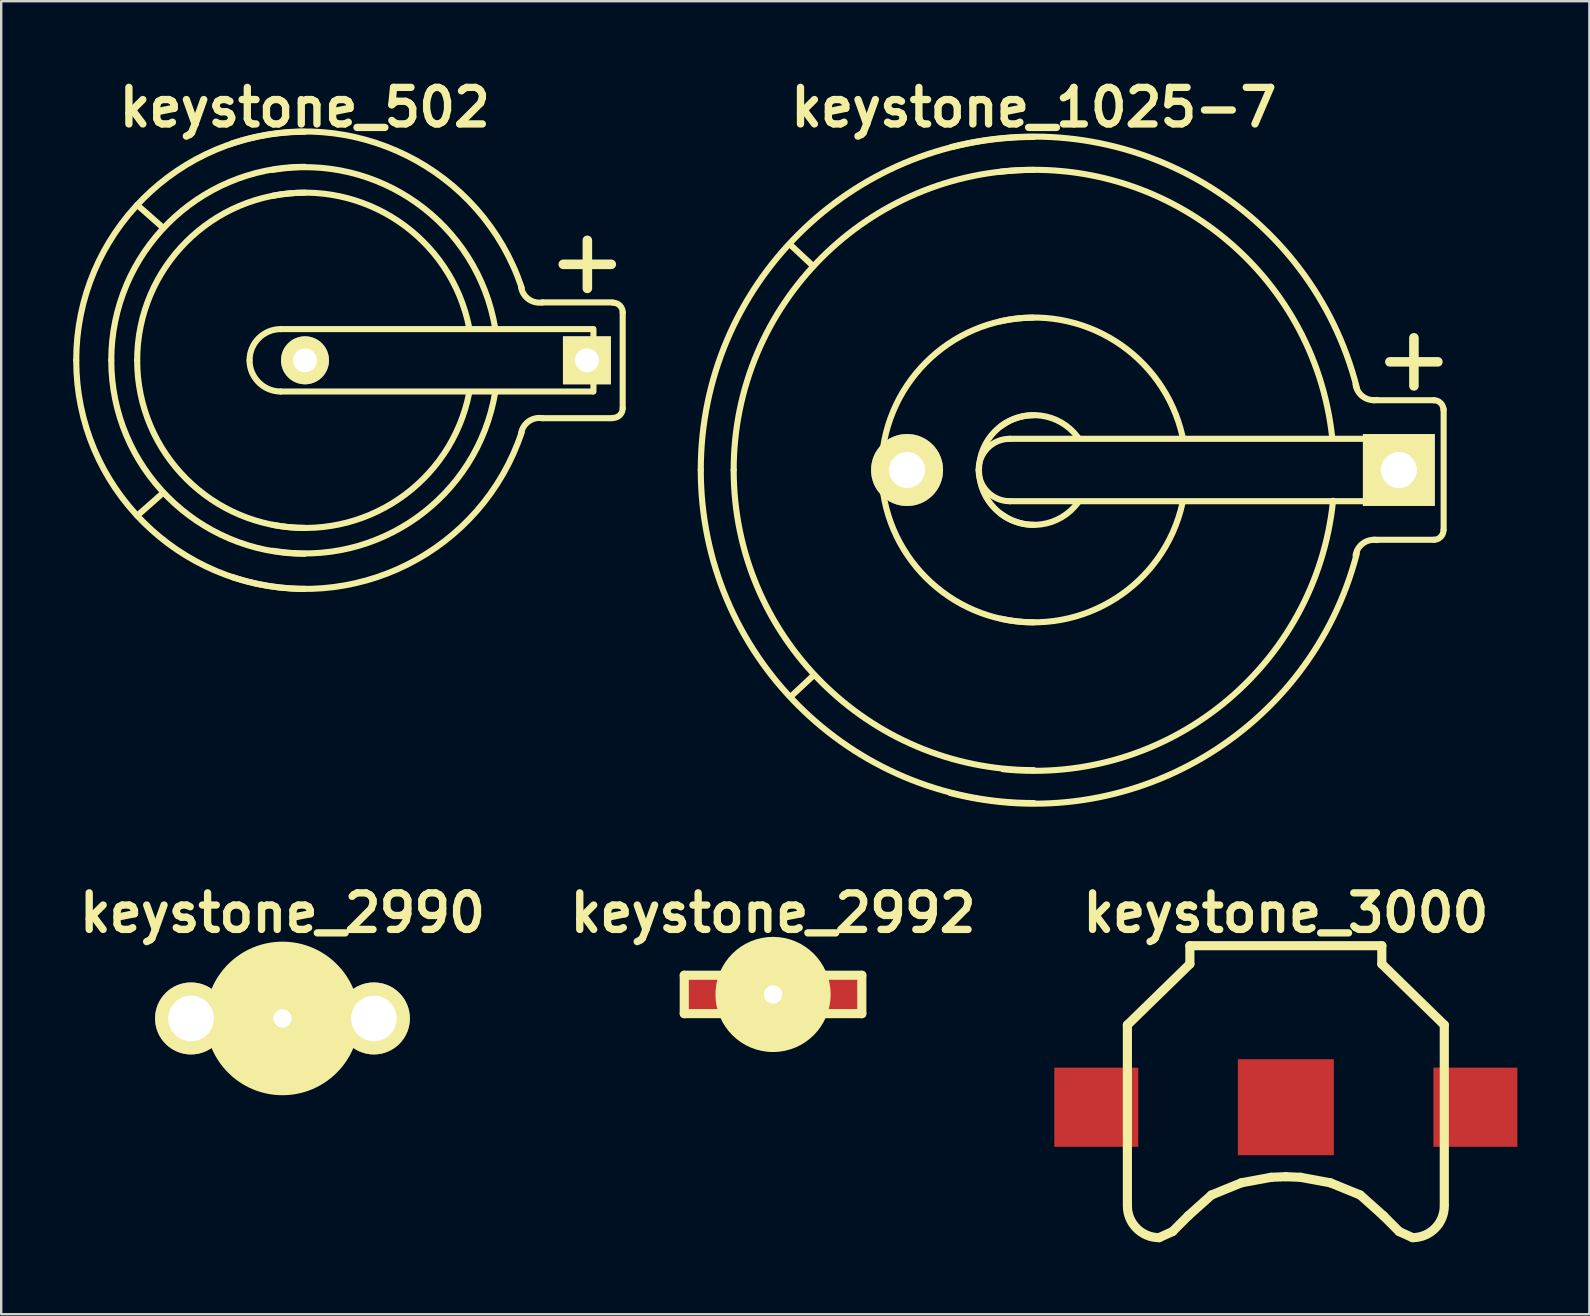
<source format=kicad_pcb>
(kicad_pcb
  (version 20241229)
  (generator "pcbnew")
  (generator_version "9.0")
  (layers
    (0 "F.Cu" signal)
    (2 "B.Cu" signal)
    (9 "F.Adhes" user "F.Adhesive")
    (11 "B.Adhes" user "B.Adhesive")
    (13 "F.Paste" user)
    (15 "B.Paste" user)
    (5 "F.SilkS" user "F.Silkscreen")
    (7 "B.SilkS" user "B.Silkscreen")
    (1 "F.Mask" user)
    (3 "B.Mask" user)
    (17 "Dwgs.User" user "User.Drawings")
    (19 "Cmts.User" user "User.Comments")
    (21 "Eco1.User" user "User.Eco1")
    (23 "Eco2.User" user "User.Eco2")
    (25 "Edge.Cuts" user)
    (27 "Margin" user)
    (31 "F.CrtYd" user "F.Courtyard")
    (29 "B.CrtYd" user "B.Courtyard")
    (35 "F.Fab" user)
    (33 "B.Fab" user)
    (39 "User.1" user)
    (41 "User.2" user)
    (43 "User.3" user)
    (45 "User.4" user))
  (footprint "keystone_1025-7"
    (layer "F.Cu")
    (at 40.038 16.539)
    (property "Reference" "keystone_1025-7" (at 0 -15.113 0) (layer "F.SilkS") (effects (font (size 1.524 1.524) (thickness 0.305))))
    (attr through_hole)
    (fp_line (start -9.195 -8.496) (end -10.16 -9.398) (stroke (width 0.254) (type solid)) (layer "F.SilkS"))
    (fp_line (start -9.169 8.547) (end -10.135 9.449) (stroke (width 0.254) (type solid)) (layer "F.SilkS"))
    (fp_line (start -1.001 -1.3) (end 15.199 -1.3) (stroke (width 0.254) (type solid)) (layer "F.SilkS"))
    (fp_line (start 14.839 -4.508) (end 16.84 -4.508) (stroke (width 0.399) (type solid)) (layer "F.SilkS"))
    (fp_line (start 15.199 1.3) (end -1.001 1.3) (stroke (width 0.254) (type solid)) (layer "F.SilkS"))
    (fp_line (start 15.207 -1.3) (end 15.207 1.3) (stroke (width 0.254) (type solid)) (layer "F.SilkS"))
    (fp_line (start 15.842 -3.505) (end 15.842 -5.509) (stroke (width 0.399) (type solid)) (layer "F.SilkS"))
    (fp_line (start 16.675 -2.908) (end 14.148 -2.908) (stroke (width 0.254) (type solid)) (layer "F.SilkS"))
    (fp_line (start 16.675 2.908) (end 14.148 2.908) (stroke (width 0.254) (type solid)) (layer "F.SilkS"))
    (fp_line (start 17.081 -2.54) (end 17.081 2.489) (stroke (width 0.254) (type solid)) (layer "F.SilkS"))
    (fp_arc (start -13.8811 0) (mid -9.81542 -9.81542) (end 0 -13.8811) (stroke (width 0.254) (type solid)) (layer "F.SilkS"))
    (fp_arc (start -12.5095 0) (mid -8.845552 -8.845552) (end 0 -12.5095) (stroke (width 0.254) (type solid)) (layer "F.SilkS"))
    (fp_arc (start -6.35 0.0254) (mid -4.508089 -4.472168) (end -0.0254 -6.35) (stroke (width 0.254) (type solid)) (layer "F.SilkS"))
    (fp_arc (start -3.429 -13.462) (mid 7.094402 -11.943741) (end 13.462 -3.429) (stroke (width 0.254) (type solid)) (layer "F.SilkS"))
    (fp_arc (start -2.30124 0) (mid -1.920338 -0.919578) (end -1.00076 -1.30048) (stroke (width 0.254) (type solid)) (layer "F.SilkS"))
    (fp_arc (start -2.286 0) (mid -1.616446 -1.616446) (end 0 -2.286) (stroke (width 0.254) (type solid)) (layer "F.SilkS"))
    (fp_arc (start -1.397 -6.1976) (mid 3.394537 -5.370193) (end 6.1976 -1.397) (stroke (width 0.254) (type solid)) (layer "F.SilkS"))
    (fp_arc (start -1.3843 -12.4333) (mid 7.812823 -9.770519) (end 12.4333 -1.3843) (stroke (width 0.254) (type solid)) (layer "F.SilkS"))
    (fp_arc (start -1.3716 -1.8288) (mid 0.323289 -2.263025) (end 1.8288 -1.3716) (stroke (width 0.254) (type solid)) (layer "F.SilkS"))
    (fp_arc (start -1.00076 1.30048) (mid -1.920338 0.919578) (end -2.30124 0) (stroke (width 0.254) (type solid)) (layer "F.SilkS"))
    (fp_arc (start 0 2.286) (mid -1.616446 1.616446) (end -2.286 0) (stroke (width 0.254) (type solid)) (layer "F.SilkS"))
    (fp_arc (start 0 6.35) (mid -4.490128 4.490128) (end -6.35 0) (stroke (width 0.254) (type solid)) (layer "F.SilkS"))
    (fp_arc (start 0 12.5095) (mid -8.845552 8.845552) (end -12.5095 0) (stroke (width 0.254) (type solid)) (layer "F.SilkS"))
    (fp_arc (start 0 13.8811) (mid -9.81542 9.81542) (end -13.8811 0) (stroke (width 0.254) (type solid)) (layer "F.SilkS"))
    (fp_arc (start 1.8288 1.3716) (mid 0.323289 2.263025) (end -1.3716 1.8288) (stroke (width 0.254) (type solid)) (layer "F.SilkS"))
    (fp_arc (start 6.1976 1.3716) (mid 3.412497 5.352233) (end -1.3716 6.1976) (stroke (width 0.254) (type solid)) (layer "F.SilkS"))
    (fp_arc (start 12.4714 1.2827) (mid 7.911606 9.725617) (end -1.2827 12.4714) (stroke (width 0.254) (type solid)) (layer "F.SilkS"))
    (fp_arc (start 13.4112 3.556) (mid 13.724187 3.054382) (end 14.3002 2.921) (stroke (width 0.254) (type solid)) (layer "F.SilkS"))
    (fp_arc (start 13.462 3.4798) (mid 7.058481 11.979662) (end -3.4798 13.462) (stroke (width 0.254) (type solid)) (layer "F.SilkS"))
    (fp_arc (start 14.3002 -2.921) (mid 13.724187 -3.054382) (end 13.4112 -3.556) (stroke (width 0.254) (type solid)) (layer "F.SilkS"))
    (fp_arc (start 16.67256 -2.9083) (mid 16.956336 -2.790756) (end 17.07388 -2.50698) (stroke (width 0.254) (type solid)) (layer "F.SilkS"))
    (fp_arc (start 17.07388 2.50698) (mid 16.956336 2.790756) (end 16.67256 2.9083) (stroke (width 0.254) (type solid)) (layer "F.SilkS"))
    (pad "1" thru_hole rect (at 15.215 0) (size 2.997 2.997) (drill 1.499) (layers "*.Cu" "*.Mask" "F.SilkS"))
    (pad "2" thru_hole circle (at -5.283 0) (size 3 3) (drill 1.499) (layers "*.Cu" "*.Mask" "F.SilkS")))
  (footprint "keystone_502"
    (layer "F.Cu")
    (at 9.652 11.967)
    (property "Reference" "keystone_502" (at 0 -10.541 0) (layer "F.SilkS") (effects (font (size 1.524 1.524) (thickness 0.305))))
    (attr through_hole)
    (fp_line (start -6.985 -6.477) (end -5.905 -5.524) (stroke (width 0.254) (type solid)) (layer "F.SilkS"))
    (fp_line (start -6.985 6.477) (end -5.905 5.524) (stroke (width 0.254) (type solid)) (layer "F.SilkS"))
    (fp_line (start -1.001 -1.3) (end 11.999 -1.3) (stroke (width 0.254) (type solid)) (layer "F.SilkS"))
    (fp_line (start 9.906 2.413) (end 12.827 2.413) (stroke (width 0.254) (type solid)) (layer "F.SilkS"))
    (fp_line (start 10.775 -4) (end 12.776 -4) (stroke (width 0.399) (type solid)) (layer "F.SilkS"))
    (fp_line (start 11.778 -2.997) (end 11.778 -5.001) (stroke (width 0.399) (type solid)) (layer "F.SilkS"))
    (fp_line (start 11.999 1.3) (end -1.001 1.3) (stroke (width 0.254) (type solid)) (layer "F.SilkS"))
    (fp_line (start 12.032 -1.3) (end 12.032 1.3) (stroke (width 0.254) (type solid)) (layer "F.SilkS"))
    (fp_line (start 12.827 -2.413) (end 9.906 -2.413) (stroke (width 0.254) (type solid)) (layer "F.SilkS"))
    (fp_line (start 13.251 1.999) (end 13.251 -1.999) (stroke (width 0.254) (type solid)) (layer "F.SilkS"))
    (fp_arc (start -9.525 0) (mid -6.735192 -6.735192) (end 0 -9.525) (stroke (width 0.254) (type solid)) (layer "F.SilkS"))
    (fp_arc (start -8.0645 0) (mid -5.702463 -5.702463) (end 0 -8.0645) (stroke (width 0.254) (type solid)) (layer "F.SilkS"))
    (fp_arc (start -6.985 0) (mid -4.939141 -4.939141) (end 0 -6.985) (stroke (width 0.254) (type solid)) (layer "F.SilkS"))
    (fp_arc (start -3.0226 -9.0424) (mid 4.256641 -8.531243) (end 9.0424 -3.0226) (stroke (width 0.254) (type solid)) (layer "F.SilkS"))
    (fp_arc (start -2.30124 0) (mid -1.920338 -0.919578) (end -1.00076 -1.30048) (stroke (width 0.254) (type solid)) (layer "F.SilkS"))
    (fp_arc (start -1.3335 -7.9375) (mid 4.669733 -6.555587) (end 7.9375 -1.3335) (stroke (width 0.254) (type solid)) (layer "F.SilkS"))
    (fp_arc (start -1.3335 -6.858) (mid 3.906411 -5.792265) (end 6.858 -1.3335) (stroke (width 0.254) (type solid)) (layer "F.SilkS"))
    (fp_arc (start -1.00076 1.30048) (mid -1.920338 0.919578) (end -2.30124 0) (stroke (width 0.254) (type solid)) (layer "F.SilkS"))
    (fp_arc (start 0 6.985) (mid -4.939141 4.939141) (end -6.985 0) (stroke (width 0.254) (type solid)) (layer "F.SilkS"))
    (fp_arc (start 0 8.0645) (mid -5.702463 5.702463) (end -8.0645 0) (stroke (width 0.254) (type solid)) (layer "F.SilkS"))
    (fp_arc (start 0 9.525) (mid -6.735192 6.735192) (end -9.525 0) (stroke (width 0.254) (type solid)) (layer "F.SilkS"))
    (fp_arc (start 6.858 1.3335) (mid 3.906411 5.792265) (end -1.3335 6.858) (stroke (width 0.254) (type solid)) (layer "F.SilkS"))
    (fp_arc (start 7.9375 1.3335) (mid 4.669733 6.555587) (end -1.3335 7.9375) (stroke (width 0.254) (type solid)) (layer "F.SilkS"))
    (fp_arc (start 9.017 3.048) (mid 9.329987 2.546382) (end 9.906 2.413) (stroke (width 0.254) (type solid)) (layer "F.SilkS"))
    (fp_arc (start 9.0424 2.9972) (mid 4.274602 8.513283) (end -2.9972 9.0424) (stroke (width 0.254) (type solid)) (layer "F.SilkS"))
    (fp_arc (start 9.906 -2.413) (mid 9.329987 -2.546382) (end 9.017 -3.048) (stroke (width 0.254) (type solid)) (layer "F.SilkS"))
    (fp_arc (start 12.84986 -2.4003) (mid 13.133636 -2.282756) (end 13.25118 -1.99898) (stroke (width 0.254) (type solid)) (layer "F.SilkS"))
    (fp_arc (start 13.25118 1.99898) (mid 13.133636 2.282756) (end 12.84986 2.4003) (stroke (width 0.254) (type solid)) (layer "F.SilkS"))
    (pad "1" thru_hole rect (at 11.76 0) (size 1.999 1.999) (drill 0.996) (layers "*.Cu" "*.Mask" "F.SilkS"))
    (pad "2" thru_hole circle (at 0.01 0) (size 1.999 1.999) (drill 0.996) (layers "*.Cu" "*.Mask" "F.SilkS")))
  (footprint "keystone_2992"
    (layer "F.Cu")
    (at 29.169 38.397)
    (property "Reference" "keystone_2992" (at 0 -3.4 0) (layer "F.SilkS") (effects (font (size 1.524 1.524) (thickness 0.305))))
    (attr through_hole)
    (fp_line (start -3.7 -0.8) (end -3.7 0.8) (stroke (width 0.381) (type solid)) (layer "F.SilkS"))
    (fp_line (start -3.7 -0.8) (end -2 -0.8) (stroke (width 0.381) (type solid)) (layer "F.SilkS"))
    (fp_line (start -3.7 0.8) (end -2 0.8) (stroke (width 0.381) (type solid)) (layer "F.SilkS"))
    (fp_line (start 3.7 -0.8) (end 2 -0.8) (stroke (width 0.381) (type solid)) (layer "F.SilkS"))
    (fp_line (start 3.7 -0.8) (end 3.7 0.8) (stroke (width 0.381) (type solid)) (layer "F.SilkS"))
    (fp_line (start 3.7 0.8) (end 2 0.8) (stroke (width 0.381) (type solid)) (layer "F.SilkS"))
    (pad "" np_thru_hole circle (at 0 0) (size 4.8 4.8) (drill 0.762) (layers "F.SilkS"))
    (pad "1" smd rect (at -2.9 0) (size 1.8 1.8) (layers "F.Cu" "F.Mask" "F.Paste"))
    (pad "1" smd rect (at 2.9 0) (size 1.8 1.8) (layers "F.Cu" "F.Mask" "F.Paste")))
  (footprint "keystone_2990"
    (layer "F.Cu")
    (at 8.723 39.397)
    (property "Reference" "keystone_2990" (at 0 -4.4 0) (layer "F.SilkS") (effects (font (size 1.524 1.524) (thickness 0.305))))
    (attr through_hole)
    (fp_line (start -4.7 -0.8) (end -4.7 0.8) (stroke (width 0.381) (type solid)) (layer "F.SilkS"))
    (fp_line (start -4.7 -0.8) (end -3 -0.8) (stroke (width 0.381) (type solid)) (layer "F.SilkS"))
    (fp_line (start -4.7 0.8) (end -3 0.8) (stroke (width 0.381) (type solid)) (layer "F.SilkS"))
    (fp_line (start 4.7 -0.8) (end 3 -0.8) (stroke (width 0.381) (type solid)) (layer "F.SilkS"))
    (fp_line (start 4.7 -0.8) (end 4.7 0.8) (stroke (width 0.381) (type solid)) (layer "F.SilkS"))
    (fp_line (start 4.7 0.8) (end 3 0.8) (stroke (width 0.381) (type solid)) (layer "F.SilkS"))
    (pad "" np_thru_hole circle (at 0 0) (size 6.4 6.4) (drill 0.762) (layers "F.SilkS"))
    (pad "1" thru_hole circle (at -3.81 0) (size 3 3) (drill 1.9) (layers "*.Cu" "*.Mask" "F.SilkS"))
    (pad "1" thru_hole circle (at 3.81 0) (size 3 3) (drill 1.9) (layers "*.Cu" "*.Mask" "F.SilkS")))
  (footprint "keystone_3000"
    (layer "F.Cu")
    (at 50.542 43.097)
    (property "Reference" "keystone_3000" (at 0 -8.1 0) (layer "F.SilkS") (effects (font (size 1.524 1.524) (thickness 0.305))))
    (attr through_hole)
    (fp_line (start -6.604 -3.429) (end -6.604 4.064) (stroke (width 0.381) (type solid)) (layer "F.SilkS"))
    (fp_line (start -5.283 5.436) (end -4.724 5.182) (stroke (width 0.381) (type solid)) (layer "F.SilkS"))
    (fp_line (start -4.064 4.521) (end -4.724 5.182) (stroke (width 0.381) (type solid)) (layer "F.SilkS"))
    (fp_line (start -4 -6.731) (end -4 -5.969) (stroke (width 0.381) (type solid)) (layer "F.SilkS"))
    (fp_line (start -4 -6.731) (end 4 -6.731) (stroke (width 0.381) (type solid)) (layer "F.SilkS"))
    (fp_line (start -4 -5.969) (end -6.604 -3.429) (stroke (width 0.381) (type solid)) (layer "F.SilkS"))
    (fp_line (start -3.099 3.658) (end -4.064 4.521) (stroke (width 0.381) (type solid)) (layer "F.SilkS"))
    (fp_line (start -3.099 3.658) (end -1.854 3.15) (stroke (width 0.381) (type solid)) (layer "F.SilkS"))
    (fp_line (start -1.854 3.15) (end -0.61 2.921) (stroke (width 0.381) (type solid)) (layer "F.SilkS"))
    (fp_line (start -0.61 2.921) (end 0 2.896) (stroke (width 0.381) (type solid)) (layer "F.SilkS"))
    (fp_line (start 0 2.896) (end 0.61 2.921) (stroke (width 0.381) (type solid)) (layer "F.SilkS"))
    (fp_line (start 0.61 2.921) (end 1.854 3.15) (stroke (width 0.381) (type solid)) (layer "F.SilkS"))
    (fp_line (start 1.854 3.15) (end 3.099 3.658) (stroke (width 0.381) (type solid)) (layer "F.SilkS"))
    (fp_line (start 3.099 3.658) (end 4.064 4.521) (stroke (width 0.381) (type solid)) (layer "F.SilkS"))
    (fp_line (start 3.999 -6.731) (end 3.999 -5.969) (stroke (width 0.381) (type solid)) (layer "F.SilkS"))
    (fp_line (start 4 -5.969) (end 6.604 -3.429) (stroke (width 0.381) (type solid)) (layer "F.SilkS"))
    (fp_line (start 4.064 4.521) (end 4.724 5.182) (stroke (width 0.381) (type solid)) (layer "F.SilkS"))
    (fp_line (start 4.724 5.182) (end 5.283 5.436) (stroke (width 0.381) (type solid)) (layer "F.SilkS"))
    (fp_line (start 6.604 -3.429) (end 6.604 4.064) (stroke (width 0.381) (type solid)) (layer "F.SilkS"))
    (fp_arc (start -5.2832 5.4356) (mid -6.217147 5.048747) (end -6.604 4.1148) (stroke (width 0.381) (type solid)) (layer "F.SilkS"))
    (fp_arc (start 6.604 4.1148) (mid 6.217147 5.048747) (end 5.2832 5.4356) (stroke (width 0.381) (type solid)) (layer "F.SilkS"))
    (pad "1" smd rect (at -7.9 0) (size 3.5 3.3) (layers "F.Cu" "F.Mask" "F.Paste"))
    (pad "1" smd rect (at 7.9 0) (size 3.5 3.3) (layers "F.Cu" "F.Mask" "F.Paste"))
    (pad "2" smd rect (at 0 0) (size 4 4) (layers "F.Cu" "F.Mask" "F.Paste")))
  (gr_rect
    (start -3 -3)
    (end 63.192 51.724)
    (stroke (width 0.1) (type default))
    (fill no)
    (layer "Edge.Cuts")))
</source>
